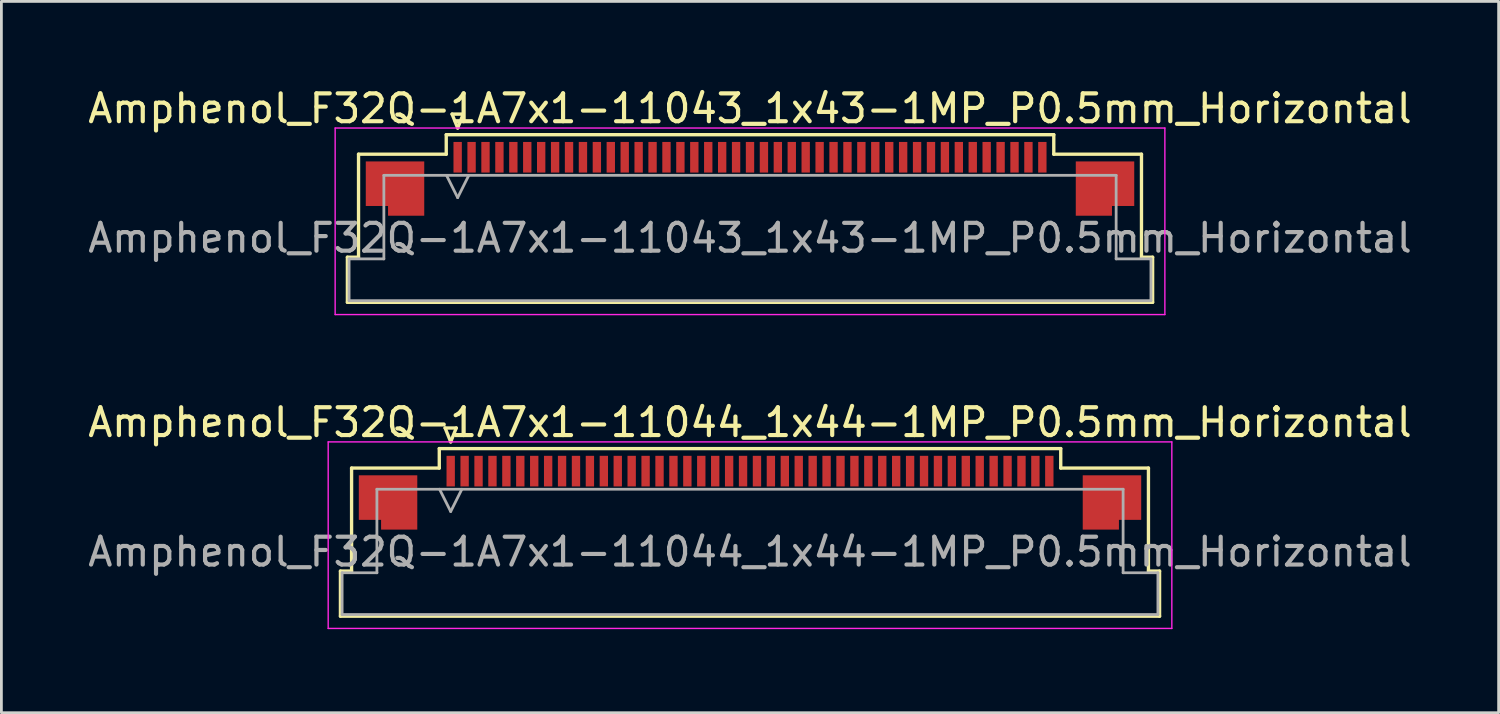
<source format=kicad_pcb>
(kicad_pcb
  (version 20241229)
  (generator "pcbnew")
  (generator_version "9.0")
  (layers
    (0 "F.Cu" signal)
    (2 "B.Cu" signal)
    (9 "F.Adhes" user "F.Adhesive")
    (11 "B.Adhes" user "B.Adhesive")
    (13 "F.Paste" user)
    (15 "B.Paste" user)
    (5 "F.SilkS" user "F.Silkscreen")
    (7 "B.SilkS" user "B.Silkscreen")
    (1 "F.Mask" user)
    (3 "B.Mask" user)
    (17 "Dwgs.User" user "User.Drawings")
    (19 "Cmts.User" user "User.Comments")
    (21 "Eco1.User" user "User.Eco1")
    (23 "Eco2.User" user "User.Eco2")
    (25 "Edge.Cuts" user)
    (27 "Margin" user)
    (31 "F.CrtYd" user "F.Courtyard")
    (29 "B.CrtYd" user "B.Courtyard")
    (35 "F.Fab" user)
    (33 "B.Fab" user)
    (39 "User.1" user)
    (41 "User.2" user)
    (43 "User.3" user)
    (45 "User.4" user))
  (footprint "Amphenol_F32Q-1A7x1-11044_1x44-1MP_P0.5mm_Horizontal"
    (layer "F.Cu")
    (at 23.887 16.771)
    (property "Reference" "Amphenol_F32Q-1A7x1-11044_1x44-1MP_P0.5mm_Horizontal" (at 0 -4.65 0) (layer "F.SilkS") (effects (font (size 1 1) (thickness 0.15))))
    (attr smd)
    (fp_line (start -14.71 0.69) (end -14.31 0.69) (stroke (width 0.12) (type solid)) (layer "F.SilkS"))
    (fp_line (start -14.71 2.31) (end -14.71 0.69) (stroke (width 0.12) (type solid)) (layer "F.SilkS"))
    (fp_line (start -14.31 -3.01) (end -11.16 -3.01) (stroke (width 0.12) (type solid)) (layer "F.SilkS"))
    (fp_line (start -14.31 0.69) (end -14.31 -3.01) (stroke (width 0.12) (type solid)) (layer "F.SilkS"))
    (fp_line (start -11.16 -3.71) (end 11.16 -3.71) (stroke (width 0.12) (type solid)) (layer "F.SilkS"))
    (fp_line (start -11.16 -3.01) (end -11.16 -3.71) (stroke (width 0.12) (type solid)) (layer "F.SilkS"))
    (fp_line (start -10.95 -4.45) (end -10.75 -3.95) (stroke (width 0.12) (type solid)) (layer "F.SilkS"))
    (fp_line (start -10.75 -3.95) (end -10.55 -4.45) (stroke (width 0.12) (type solid)) (layer "F.SilkS"))
    (fp_line (start -10.55 -4.45) (end -10.95 -4.45) (stroke (width 0.12) (type solid)) (layer "F.SilkS"))
    (fp_line (start 11.16 -3.71) (end 11.16 -3.01) (stroke (width 0.12) (type solid)) (layer "F.SilkS"))
    (fp_line (start 11.16 -3.01) (end 14.31 -3.01) (stroke (width 0.12) (type solid)) (layer "F.SilkS"))
    (fp_line (start 14.31 -3.01) (end 14.31 0.69) (stroke (width 0.12) (type solid)) (layer "F.SilkS"))
    (fp_line (start 14.31 0.69) (end 14.71 0.69) (stroke (width 0.12) (type solid)) (layer "F.SilkS"))
    (fp_line (start 14.71 0.69) (end 14.71 2.31) (stroke (width 0.12) (type solid)) (layer "F.SilkS"))
    (fp_line (start 14.71 2.31) (end -14.71 2.31) (stroke (width 0.12) (type solid)) (layer "F.SilkS"))
    (fp_line (start -15.15 -3.95) (end -15.15 2.75) (stroke (width 0.05) (type solid)) (layer "F.CrtYd"))
    (fp_line (start -15.15 2.75) (end 15.15 2.75) (stroke (width 0.05) (type solid)) (layer "F.CrtYd"))
    (fp_line (start 15.15 -3.95) (end -15.15 -3.95) (stroke (width 0.05) (type solid)) (layer "F.CrtYd"))
    (fp_line (start 15.15 2.75) (end 15.15 -3.95) (stroke (width 0.05) (type solid)) (layer "F.CrtYd"))
    (fp_line (start -14.65 0.75) (end -13.4 0.75) (stroke (width 0.1) (type solid)) (layer "F.Fab"))
    (fp_line (start -14.65 2.25) (end -14.65 0.75) (stroke (width 0.1) (type solid)) (layer "F.Fab"))
    (fp_line (start -13.4 -2.25) (end 13.4 -2.25) (stroke (width 0.1) (type solid)) (layer "F.Fab"))
    (fp_line (start -13.4 0.75) (end -13.4 -2.25) (stroke (width 0.1) (type solid)) (layer "F.Fab"))
    (fp_line (start -11.15 -2.25) (end -10.75 -1.45) (stroke (width 0.1) (type solid)) (layer "F.Fab"))
    (fp_line (start -10.75 -1.45) (end -10.35 -2.25) (stroke (width 0.1) (type solid)) (layer "F.Fab"))
    (fp_line (start 13.4 -2.25) (end 13.4 0.75) (stroke (width 0.1) (type solid)) (layer "F.Fab"))
    (fp_line (start 13.4 0.75) (end 14.65 0.75) (stroke (width 0.1) (type solid)) (layer "F.Fab"))
    (fp_line (start 14.65 0.75) (end 14.65 2.25) (stroke (width 0.1) (type solid)) (layer "F.Fab"))
    (fp_line (start 14.65 2.25) (end -14.65 2.25) (stroke (width 0.1) (type solid)) (layer "F.Fab"))
    (fp_text user "${REFERENCE}" (at 0 0 0) (layer "F.Fab") (effects (font (size 1 1) (thickness 0.15))))
    (pad "1" smd rect (at -10.75 -2.9) (size 0.3 1.1) (layers "F.Cu" "F.Mask" "F.Paste"))
    (pad "2" smd rect (at -10.25 -2.9) (size 0.3 1.1) (layers "F.Cu" "F.Mask" "F.Paste"))
    (pad "3" smd rect (at -9.75 -2.9) (size 0.3 1.1) (layers "F.Cu" "F.Mask" "F.Paste"))
    (pad "4" smd rect (at -9.25 -2.9) (size 0.3 1.1) (layers "F.Cu" "F.Mask" "F.Paste"))
    (pad "5" smd rect (at -8.75 -2.9) (size 0.3 1.1) (layers "F.Cu" "F.Mask" "F.Paste"))
    (pad "6" smd rect (at -8.25 -2.9) (size 0.3 1.1) (layers "F.Cu" "F.Mask" "F.Paste"))
    (pad "7" smd rect (at -7.75 -2.9) (size 0.3 1.1) (layers "F.Cu" "F.Mask" "F.Paste"))
    (pad "8" smd rect (at -7.25 -2.9) (size 0.3 1.1) (layers "F.Cu" "F.Mask" "F.Paste"))
    (pad "9" smd rect (at -6.75 -2.9) (size 0.3 1.1) (layers "F.Cu" "F.Mask" "F.Paste"))
    (pad "10" smd rect (at -6.25 -2.9) (size 0.3 1.1) (layers "F.Cu" "F.Mask" "F.Paste"))
    (pad "11" smd rect (at -5.75 -2.9) (size 0.3 1.1) (layers "F.Cu" "F.Mask" "F.Paste"))
    (pad "12" smd rect (at -5.25 -2.9) (size 0.3 1.1) (layers "F.Cu" "F.Mask" "F.Paste"))
    (pad "13" smd rect (at -4.75 -2.9) (size 0.3 1.1) (layers "F.Cu" "F.Mask" "F.Paste"))
    (pad "14" smd rect (at -4.25 -2.9) (size 0.3 1.1) (layers "F.Cu" "F.Mask" "F.Paste"))
    (pad "15" smd rect (at -3.75 -2.9) (size 0.3 1.1) (layers "F.Cu" "F.Mask" "F.Paste"))
    (pad "16" smd rect (at -3.25 -2.9) (size 0.3 1.1) (layers "F.Cu" "F.Mask" "F.Paste"))
    (pad "17" smd rect (at -2.75 -2.9) (size 0.3 1.1) (layers "F.Cu" "F.Mask" "F.Paste"))
    (pad "18" smd rect (at -2.25 -2.9) (size 0.3 1.1) (layers "F.Cu" "F.Mask" "F.Paste"))
    (pad "19" smd rect (at -1.75 -2.9) (size 0.3 1.1) (layers "F.Cu" "F.Mask" "F.Paste"))
    (pad "20" smd rect (at -1.25 -2.9) (size 0.3 1.1) (layers "F.Cu" "F.Mask" "F.Paste"))
    (pad "21" smd rect (at -0.75 -2.9) (size 0.3 1.1) (layers "F.Cu" "F.Mask" "F.Paste"))
    (pad "22" smd rect (at -0.25 -2.9) (size 0.3 1.1) (layers "F.Cu" "F.Mask" "F.Paste"))
    (pad "23" smd rect (at 0.25 -2.9) (size 0.3 1.1) (layers "F.Cu" "F.Mask" "F.Paste"))
    (pad "24" smd rect (at 0.75 -2.9) (size 0.3 1.1) (layers "F.Cu" "F.Mask" "F.Paste"))
    (pad "25" smd rect (at 1.25 -2.9) (size 0.3 1.1) (layers "F.Cu" "F.Mask" "F.Paste"))
    (pad "26" smd rect (at 1.75 -2.9) (size 0.3 1.1) (layers "F.Cu" "F.Mask" "F.Paste"))
    (pad "27" smd rect (at 2.25 -2.9) (size 0.3 1.1) (layers "F.Cu" "F.Mask" "F.Paste"))
    (pad "28" smd rect (at 2.75 -2.9) (size 0.3 1.1) (layers "F.Cu" "F.Mask" "F.Paste"))
    (pad "29" smd rect (at 3.25 -2.9) (size 0.3 1.1) (layers "F.Cu" "F.Mask" "F.Paste"))
    (pad "30" smd rect (at 3.75 -2.9) (size 0.3 1.1) (layers "F.Cu" "F.Mask" "F.Paste"))
    (pad "31" smd rect (at 4.25 -2.9) (size 0.3 1.1) (layers "F.Cu" "F.Mask" "F.Paste"))
    (pad "32" smd rect (at 4.75 -2.9) (size 0.3 1.1) (layers "F.Cu" "F.Mask" "F.Paste"))
    (pad "33" smd rect (at 5.25 -2.9) (size 0.3 1.1) (layers "F.Cu" "F.Mask" "F.Paste"))
    (pad "34" smd rect (at 5.75 -2.9) (size 0.3 1.1) (layers "F.Cu" "F.Mask" "F.Paste"))
    (pad "35" smd rect (at 6.25 -2.9) (size 0.3 1.1) (layers "F.Cu" "F.Mask" "F.Paste"))
    (pad "36" smd rect (at 6.75 -2.9) (size 0.3 1.1) (layers "F.Cu" "F.Mask" "F.Paste"))
    (pad "37" smd rect (at 7.25 -2.9) (size 0.3 1.1) (layers "F.Cu" "F.Mask" "F.Paste"))
    (pad "38" smd rect (at 7.75 -2.9) (size 0.3 1.1) (layers "F.Cu" "F.Mask" "F.Paste"))
    (pad "39" smd rect (at 8.25 -2.9) (size 0.3 1.1) (layers "F.Cu" "F.Mask" "F.Paste"))
    (pad "40" smd rect (at 8.75 -2.9) (size 0.3 1.1) (layers "F.Cu" "F.Mask" "F.Paste"))
    (pad "41" smd rect (at 9.25 -2.9) (size 0.3 1.1) (layers "F.Cu" "F.Mask" "F.Paste"))
    (pad "42" smd rect (at 9.75 -2.9) (size 0.3 1.1) (layers "F.Cu" "F.Mask" "F.Paste"))
    (pad "43" smd rect (at 10.25 -2.9) (size 0.3 1.1) (layers "F.Cu" "F.Mask" "F.Paste"))
    (pad "44" smd rect (at 10.75 -2.9) (size 0.3 1.1) (layers "F.Cu" "F.Mask" "F.Paste"))
    (pad "MP" smd custom (at -13 -1.775) (size 1 1) (layers "F.Cu" "F.Mask" "F.Paste") (options (anchor circle)) (primitives (gr_poly (pts (xy 1.05 -0.975) (xy 1.05 0.975) (xy -0.25 0.975) (xy -0.25 0.625) (xy -1.05 0.625) (xy -1.05 -0.975) (xy 1.05 -0.975)) (width 0) (fill yes))))
    (pad "MP" smd custom (at 13 -1.775) (size 1 1) (layers "F.Cu" "F.Mask" "F.Paste") (options (anchor circle)) (primitives (gr_poly (pts (xy -1.05 -0.975) (xy -1.05 0.975) (xy 0.25 0.975) (xy 0.25 0.625) (xy 1.05 0.625) (xy 1.05 -0.975) (xy -1.05 -0.975)) (width 0) (fill yes)))))
  (footprint "Amphenol_F32Q-1A7x1-11043_1x43-1MP_P0.5mm_Horizontal"
    (layer "F.Cu")
    (at 23.887 5.498)
    (property "Reference" "Amphenol_F32Q-1A7x1-11043_1x43-1MP_P0.5mm_Horizontal" (at 0 -4.65 0) (layer "F.SilkS") (effects (font (size 1 1) (thickness 0.15))))
    (attr smd)
    (fp_line (start -14.46 0.69) (end -14.06 0.69) (stroke (width 0.12) (type solid)) (layer "F.SilkS"))
    (fp_line (start -14.46 2.31) (end -14.46 0.69) (stroke (width 0.12) (type solid)) (layer "F.SilkS"))
    (fp_line (start -14.06 -3.01) (end -10.91 -3.01) (stroke (width 0.12) (type solid)) (layer "F.SilkS"))
    (fp_line (start -14.06 0.69) (end -14.06 -3.01) (stroke (width 0.12) (type solid)) (layer "F.SilkS"))
    (fp_line (start -10.91 -3.71) (end 10.91 -3.71) (stroke (width 0.12) (type solid)) (layer "F.SilkS"))
    (fp_line (start -10.91 -3.01) (end -10.91 -3.71) (stroke (width 0.12) (type solid)) (layer "F.SilkS"))
    (fp_line (start -10.7 -4.45) (end -10.5 -3.95) (stroke (width 0.12) (type solid)) (layer "F.SilkS"))
    (fp_line (start -10.5 -3.95) (end -10.3 -4.45) (stroke (width 0.12) (type solid)) (layer "F.SilkS"))
    (fp_line (start -10.3 -4.45) (end -10.7 -4.45) (stroke (width 0.12) (type solid)) (layer "F.SilkS"))
    (fp_line (start 10.91 -3.71) (end 10.91 -3.01) (stroke (width 0.12) (type solid)) (layer "F.SilkS"))
    (fp_line (start 10.91 -3.01) (end 14.06 -3.01) (stroke (width 0.12) (type solid)) (layer "F.SilkS"))
    (fp_line (start 14.06 -3.01) (end 14.06 0.69) (stroke (width 0.12) (type solid)) (layer "F.SilkS"))
    (fp_line (start 14.06 0.69) (end 14.46 0.69) (stroke (width 0.12) (type solid)) (layer "F.SilkS"))
    (fp_line (start 14.46 0.69) (end 14.46 2.31) (stroke (width 0.12) (type solid)) (layer "F.SilkS"))
    (fp_line (start 14.46 2.31) (end -14.46 2.31) (stroke (width 0.12) (type solid)) (layer "F.SilkS"))
    (fp_line (start -14.9 -3.95) (end -14.9 2.75) (stroke (width 0.05) (type solid)) (layer "F.CrtYd"))
    (fp_line (start -14.9 2.75) (end 14.9 2.75) (stroke (width 0.05) (type solid)) (layer "F.CrtYd"))
    (fp_line (start 14.9 -3.95) (end -14.9 -3.95) (stroke (width 0.05) (type solid)) (layer "F.CrtYd"))
    (fp_line (start 14.9 2.75) (end 14.9 -3.95) (stroke (width 0.05) (type solid)) (layer "F.CrtYd"))
    (fp_line (start -14.4 0.75) (end -13.15 0.75) (stroke (width 0.1) (type solid)) (layer "F.Fab"))
    (fp_line (start -14.4 2.25) (end -14.4 0.75) (stroke (width 0.1) (type solid)) (layer "F.Fab"))
    (fp_line (start -13.15 -2.25) (end 13.15 -2.25) (stroke (width 0.1) (type solid)) (layer "F.Fab"))
    (fp_line (start -13.15 0.75) (end -13.15 -2.25) (stroke (width 0.1) (type solid)) (layer "F.Fab"))
    (fp_line (start -10.9 -2.25) (end -10.5 -1.45) (stroke (width 0.1) (type solid)) (layer "F.Fab"))
    (fp_line (start -10.5 -1.45) (end -10.1 -2.25) (stroke (width 0.1) (type solid)) (layer "F.Fab"))
    (fp_line (start 13.15 -2.25) (end 13.15 0.75) (stroke (width 0.1) (type solid)) (layer "F.Fab"))
    (fp_line (start 13.15 0.75) (end 14.4 0.75) (stroke (width 0.1) (type solid)) (layer "F.Fab"))
    (fp_line (start 14.4 0.75) (end 14.4 2.25) (stroke (width 0.1) (type solid)) (layer "F.Fab"))
    (fp_line (start 14.4 2.25) (end -14.4 2.25) (stroke (width 0.1) (type solid)) (layer "F.Fab"))
    (fp_text user "${REFERENCE}" (at 0 0 0) (layer "F.Fab") (effects (font (size 1 1) (thickness 0.15))))
    (pad "1" smd rect (at -10.5 -2.9) (size 0.3 1.1) (layers "F.Cu" "F.Mask" "F.Paste"))
    (pad "2" smd rect (at -10 -2.9) (size 0.3 1.1) (layers "F.Cu" "F.Mask" "F.Paste"))
    (pad "3" smd rect (at -9.5 -2.9) (size 0.3 1.1) (layers "F.Cu" "F.Mask" "F.Paste"))
    (pad "4" smd rect (at -9 -2.9) (size 0.3 1.1) (layers "F.Cu" "F.Mask" "F.Paste"))
    (pad "5" smd rect (at -8.5 -2.9) (size 0.3 1.1) (layers "F.Cu" "F.Mask" "F.Paste"))
    (pad "6" smd rect (at -8 -2.9) (size 0.3 1.1) (layers "F.Cu" "F.Mask" "F.Paste"))
    (pad "7" smd rect (at -7.5 -2.9) (size 0.3 1.1) (layers "F.Cu" "F.Mask" "F.Paste"))
    (pad "8" smd rect (at -7 -2.9) (size 0.3 1.1) (layers "F.Cu" "F.Mask" "F.Paste"))
    (pad "9" smd rect (at -6.5 -2.9) (size 0.3 1.1) (layers "F.Cu" "F.Mask" "F.Paste"))
    (pad "10" smd rect (at -6 -2.9) (size 0.3 1.1) (layers "F.Cu" "F.Mask" "F.Paste"))
    (pad "11" smd rect (at -5.5 -2.9) (size 0.3 1.1) (layers "F.Cu" "F.Mask" "F.Paste"))
    (pad "12" smd rect (at -5 -2.9) (size 0.3 1.1) (layers "F.Cu" "F.Mask" "F.Paste"))
    (pad "13" smd rect (at -4.5 -2.9) (size 0.3 1.1) (layers "F.Cu" "F.Mask" "F.Paste"))
    (pad "14" smd rect (at -4 -2.9) (size 0.3 1.1) (layers "F.Cu" "F.Mask" "F.Paste"))
    (pad "15" smd rect (at -3.5 -2.9) (size 0.3 1.1) (layers "F.Cu" "F.Mask" "F.Paste"))
    (pad "16" smd rect (at -3 -2.9) (size 0.3 1.1) (layers "F.Cu" "F.Mask" "F.Paste"))
    (pad "17" smd rect (at -2.5 -2.9) (size 0.3 1.1) (layers "F.Cu" "F.Mask" "F.Paste"))
    (pad "18" smd rect (at -2 -2.9) (size 0.3 1.1) (layers "F.Cu" "F.Mask" "F.Paste"))
    (pad "19" smd rect (at -1.5 -2.9) (size 0.3 1.1) (layers "F.Cu" "F.Mask" "F.Paste"))
    (pad "20" smd rect (at -1 -2.9) (size 0.3 1.1) (layers "F.Cu" "F.Mask" "F.Paste"))
    (pad "21" smd rect (at -0.5 -2.9) (size 0.3 1.1) (layers "F.Cu" "F.Mask" "F.Paste"))
    (pad "22" smd rect (at 0 -2.9) (size 0.3 1.1) (layers "F.Cu" "F.Mask" "F.Paste"))
    (pad "23" smd rect (at 0.5 -2.9) (size 0.3 1.1) (layers "F.Cu" "F.Mask" "F.Paste"))
    (pad "24" smd rect (at 1 -2.9) (size 0.3 1.1) (layers "F.Cu" "F.Mask" "F.Paste"))
    (pad "25" smd rect (at 1.5 -2.9) (size 0.3 1.1) (layers "F.Cu" "F.Mask" "F.Paste"))
    (pad "26" smd rect (at 2 -2.9) (size 0.3 1.1) (layers "F.Cu" "F.Mask" "F.Paste"))
    (pad "27" smd rect (at 2.5 -2.9) (size 0.3 1.1) (layers "F.Cu" "F.Mask" "F.Paste"))
    (pad "28" smd rect (at 3 -2.9) (size 0.3 1.1) (layers "F.Cu" "F.Mask" "F.Paste"))
    (pad "29" smd rect (at 3.5 -2.9) (size 0.3 1.1) (layers "F.Cu" "F.Mask" "F.Paste"))
    (pad "30" smd rect (at 4 -2.9) (size 0.3 1.1) (layers "F.Cu" "F.Mask" "F.Paste"))
    (pad "31" smd rect (at 4.5 -2.9) (size 0.3 1.1) (layers "F.Cu" "F.Mask" "F.Paste"))
    (pad "32" smd rect (at 5 -2.9) (size 0.3 1.1) (layers "F.Cu" "F.Mask" "F.Paste"))
    (pad "33" smd rect (at 5.5 -2.9) (size 0.3 1.1) (layers "F.Cu" "F.Mask" "F.Paste"))
    (pad "34" smd rect (at 6 -2.9) (size 0.3 1.1) (layers "F.Cu" "F.Mask" "F.Paste"))
    (pad "35" smd rect (at 6.5 -2.9) (size 0.3 1.1) (layers "F.Cu" "F.Mask" "F.Paste"))
    (pad "36" smd rect (at 7 -2.9) (size 0.3 1.1) (layers "F.Cu" "F.Mask" "F.Paste"))
    (pad "37" smd rect (at 7.5 -2.9) (size 0.3 1.1) (layers "F.Cu" "F.Mask" "F.Paste"))
    (pad "38" smd rect (at 8 -2.9) (size 0.3 1.1) (layers "F.Cu" "F.Mask" "F.Paste"))
    (pad "39" smd rect (at 8.5 -2.9) (size 0.3 1.1) (layers "F.Cu" "F.Mask" "F.Paste"))
    (pad "40" smd rect (at 9 -2.9) (size 0.3 1.1) (layers "F.Cu" "F.Mask" "F.Paste"))
    (pad "41" smd rect (at 9.5 -2.9) (size 0.3 1.1) (layers "F.Cu" "F.Mask" "F.Paste"))
    (pad "42" smd rect (at 10 -2.9) (size 0.3 1.1) (layers "F.Cu" "F.Mask" "F.Paste"))
    (pad "43" smd rect (at 10.5 -2.9) (size 0.3 1.1) (layers "F.Cu" "F.Mask" "F.Paste"))
    (pad "MP" smd custom (at -12.75 -1.775) (size 1 1) (layers "F.Cu" "F.Mask" "F.Paste") (options (anchor circle)) (primitives (gr_poly (pts (xy 1.05 -0.975) (xy 1.05 0.975) (xy -0.25 0.975) (xy -0.25 0.625) (xy -1.05 0.625) (xy -1.05 -0.975) (xy 1.05 -0.975)) (width 0) (fill yes))))
    (pad "MP" smd custom (at 12.75 -1.775) (size 1 1) (layers "F.Cu" "F.Mask" "F.Paste") (options (anchor circle)) (primitives (gr_poly (pts (xy -1.05 -0.975) (xy -1.05 0.975) (xy 0.25 0.975) (xy 0.25 0.625) (xy 1.05 0.625) (xy 1.05 -0.975) (xy -1.05 -0.975)) (width 0) (fill yes)))))
  (gr_rect
    (start -3 -3)
    (end 50.774 22.547)
    (stroke (width 0.1) (type default))
    (fill no)
    (layer "Edge.Cuts")))
</source>
